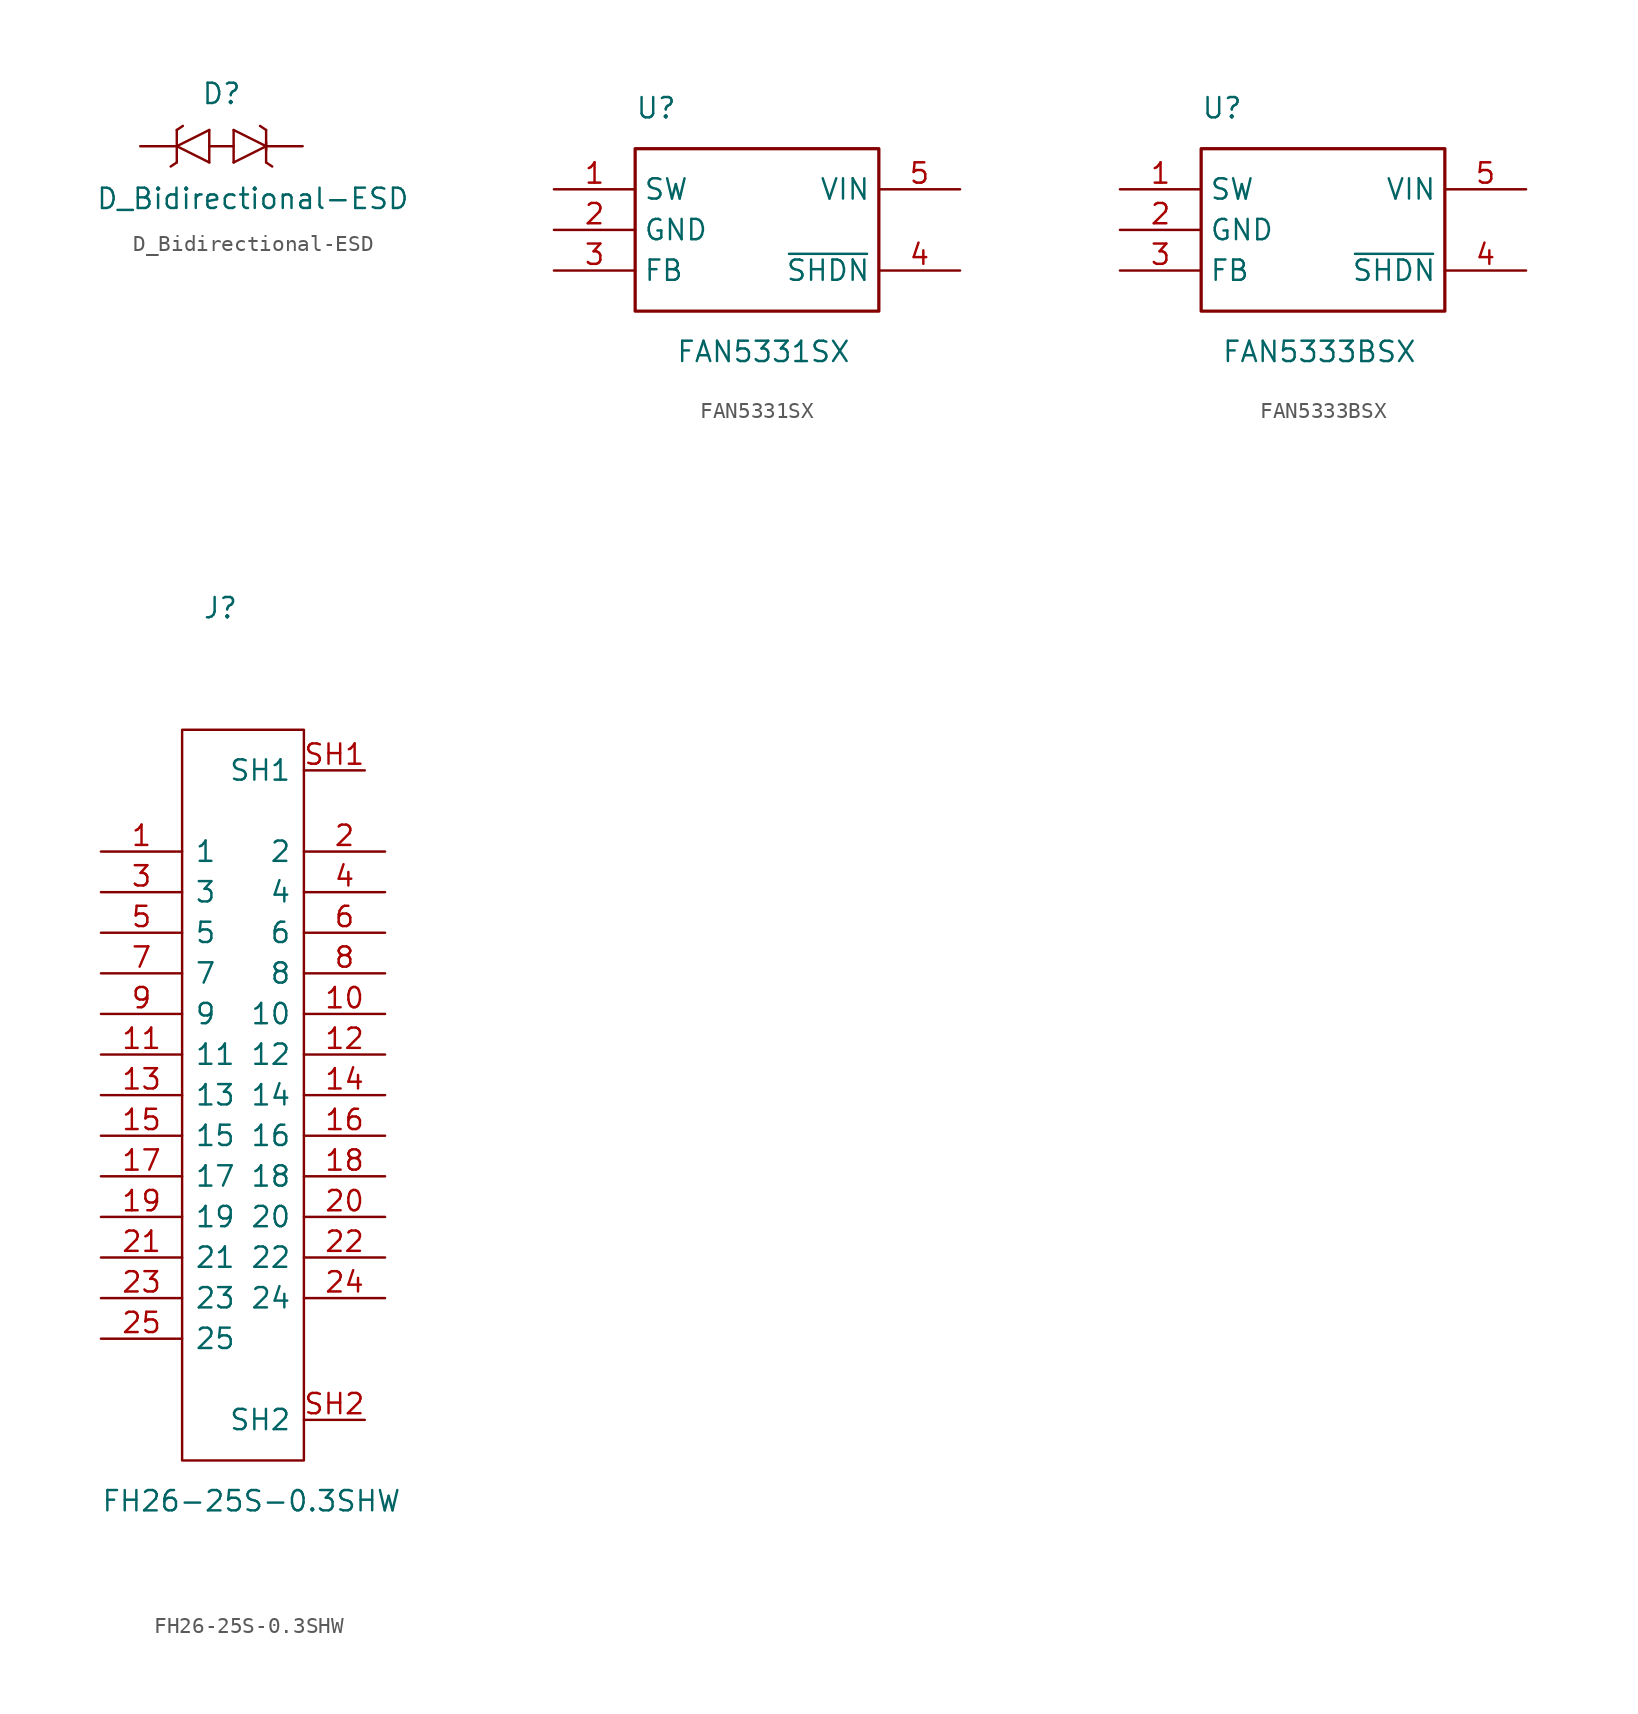
<source format=kicad_sym>
(kicad_symbol_lib
  (version 20241209)
  (generator "kicad_symbol_editor")
  (generator_version "9.0")
  (symbol "D_Bidirectional-ESD"
    (pin_names
      (offset 1.016))
    (property "Reference" "D"
      (at -1.27 2.54 0)
      (effects (font (size 1.27 1.27)) (justify left bottom)))
    (property "Value" "D_Bidirectional-ESD"
      (at -7.874 -2.54 0)
      (effects (font (size 1.27 1.27)) (justify left top)))
    (property "ki_locked" ""
      (at 0 0 0)
      (effects (font (size 1.27 1.27))))
    (symbol "D_Bidirectional-ESD_1_0"
      (polyline (pts (xy -2.794 1.016) (xy -2.413 1.27)) (stroke (width 0) (type solid)) (fill (type none)))
      (polyline (pts (xy -2.794 0) (xy -2.794 1.016)) (stroke (width 0) (type solid)) (fill (type none)))
      (polyline (pts (xy -2.794 0) (xy -0.762 1.016)) (stroke (width 0) (type solid)) (fill (type none)))
      (polyline (pts (xy -2.794 0) (xy -0.762 -1.016)) (stroke (width 0) (type solid)) (fill (type none)))
      (polyline (pts (xy -2.794 -1.016) (xy -3.175 -1.27)) (stroke (width 0) (type solid)) (fill (type none)))
      (polyline (pts (xy -2.794 -1.016) (xy -2.794 0)) (stroke (width 0) (type solid)) (fill (type none)))
      (polyline (pts (xy -0.762 1.016) (xy -0.762 -1.016)) (stroke (width 0) (type solid)) (fill (type none)))
      (polyline (pts (xy 0.762 0) (xy -0.762 0)) (stroke (width 0) (type solid)) (fill (type none)))
      (polyline (pts (xy 0.762 -1.016) (xy 0.762 1.016)) (stroke (width 0) (type solid)) (fill (type none)))
      (polyline (pts (xy 2.794 1.016) (xy 2.413 1.27)) (stroke (width 0) (type solid)) (fill (type none)))
      (polyline (pts (xy 2.794 0) (xy 0.762 1.016)) (stroke (width 0) (type solid)) (fill (type none)))
      (polyline (pts (xy 2.794 0) (xy 0.762 -1.016)) (stroke (width 0) (type solid)) (fill (type none)))
      (polyline (pts (xy 2.794 -0.254) (xy 2.794 1.016)) (stroke (width 0) (type solid)) (fill (type none)))
      (polyline (pts (xy 2.794 -1.016) (xy 2.794 0.254)) (stroke (width 0) (type solid)) (fill (type none)))
      (polyline (pts (xy 2.794 -1.016) (xy 3.175 -1.27)) (stroke (width 0) (type solid)) (fill (type none)))
      (pin passive line (at -5.08 0 0) (length 2.286) (name "1" (effects (font (size 0 0)))) (number "1" (effects (font (size 0 0)))))
      (pin passive line (at 5.08 0 180) (length 2.286) (name "2" (effects (font (size 0 0)))) (number "2" (effects (font (size 0 0)))))))
  (symbol "FAN5331SX"
    (property "Reference" "U"
      (at -7.62 7.62 0)
      (effects (font (size 1.27 1.27)) (justify left)))
    (property "Value" "FAN5331SX"
      (at -5.08 -7.62 0)
      (effects (font (size 1.27 1.27)) (justify left)))
    (symbol "FAN5331SX_0_0"
      (pin bidirectional line (at -12.7 2.54 0) (length 5.08) (name "SW" (effects (font (size 1.27 1.27)))) (number "1" (effects (font (size 1.27 1.27)))))
      (pin bidirectional line (at -12.7 0 0) (length 5.08) (name "GND" (effects (font (size 1.27 1.27)))) (number "2" (effects (font (size 1.27 1.27)))))
      (pin bidirectional line (at -12.7 -2.54 0) (length 5.08) (name "FB" (effects (font (size 1.27 1.27)))) (number "3" (effects (font (size 1.27 1.27)))))
      (pin bidirectional line (at 12.7 2.54 180) (length 5.08) (name "VIN" (effects (font (size 1.27 1.27)))) (number "5" (effects (font (size 1.27 1.27)))))
      (pin bidirectional line (at 12.7 -2.54 180) (length 5.08) (name "~{SHDN}" (effects (font (size 1.27 1.27)))) (number "4" (effects (font (size 1.27 1.27))))))
    (symbol "FAN5331SX_0_1"
      (polyline (pts (xy -7.62 5.08) (xy 7.62 5.08) (xy 7.62 -5.08) (xy -7.62 -5.08) (xy -7.62 5.08)) (stroke (width 0.203) (type solid)) (fill (type none)))))
  (symbol "FAN5333BSX"
    (property "Reference" "U"
      (at -7.62 7.62 0)
      (effects (font (size 1.27 1.27)) (justify left)))
    (property "Value" "FAN5333BSX"
      (at -6.35 -7.62 0)
      (effects (font (size 1.27 1.27)) (justify left)))
    (symbol "FAN5333BSX_0_0"
      (pin bidirectional line (at -12.7 2.54 0) (length 5.08) (name "SW" (effects (font (size 1.27 1.27)))) (number "1" (effects (font (size 1.27 1.27)))))
      (pin bidirectional line (at -12.7 0 0) (length 5.08) (name "GND" (effects (font (size 1.27 1.27)))) (number "2" (effects (font (size 1.27 1.27)))))
      (pin bidirectional line (at -12.7 -2.54 0) (length 5.08) (name "FB" (effects (font (size 1.27 1.27)))) (number "3" (effects (font (size 1.27 1.27)))))
      (pin bidirectional line (at 12.7 2.54 180) (length 5.08) (name "VIN" (effects (font (size 1.27 1.27)))) (number "5" (effects (font (size 1.27 1.27)))))
      (pin bidirectional line (at 12.7 -2.54 180) (length 5.08) (name "~{SHDN}" (effects (font (size 1.27 1.27)))) (number "4" (effects (font (size 1.27 1.27))))))
    (symbol "FAN5333BSX_0_1"
      (polyline (pts (xy -7.62 5.08) (xy 7.62 5.08) (xy 7.62 -5.08) (xy -7.62 -5.08) (xy -7.62 5.08)) (stroke (width 0.203) (type solid)) (fill (type none)))))
  (symbol "FH26-25S-0.3SHW"
    (pin_names
      (offset 0.762))
    (property "Reference" "J"
      (at -2.54 29.21 0)
      (effects (font (size 1.27 1.27)) (justify left)))
    (property "Value" "FH26-25S-0.3SHW"
      (at -8.89 -26.67 0)
      (effects (font (size 1.27 1.27)) (justify left)))
    (symbol "FH26-25S-0.3SHW_0_0"
      (pin bidirectional line (at -8.89 13.97 0) (length 5.08) (name "1" (effects (font (size 1.27 1.27)))) (number "1" (effects (font (size 1.27 1.27)))))
      (pin bidirectional line (at -8.89 11.43 0) (length 5.08) (name "3" (effects (font (size 1.27 1.27)))) (number "3" (effects (font (size 1.27 1.27)))))
      (pin bidirectional line (at -8.89 8.89 0) (length 5.08) (name "5" (effects (font (size 1.27 1.27)))) (number "5" (effects (font (size 1.27 1.27)))))
      (pin bidirectional line (at -8.89 6.35 0) (length 5.08) (name "7" (effects (font (size 1.27 1.27)))) (number "7" (effects (font (size 1.27 1.27)))))
      (pin bidirectional line (at -8.89 3.81 0) (length 5.08) (name "9" (effects (font (size 1.27 1.27)))) (number "9" (effects (font (size 1.27 1.27)))))
      (pin bidirectional line (at -8.89 1.27 0) (length 5.08) (name "11" (effects (font (size 1.27 1.27)))) (number "11" (effects (font (size 1.27 1.27)))))
      (pin bidirectional line (at -8.89 -1.27 0) (length 5.08) (name "13" (effects (font (size 1.27 1.27)))) (number "13" (effects (font (size 1.27 1.27)))))
      (pin bidirectional line (at -8.89 -3.81 0) (length 5.08) (name "15" (effects (font (size 1.27 1.27)))) (number "15" (effects (font (size 1.27 1.27)))))
      (pin bidirectional line (at -8.89 -6.35 0) (length 5.08) (name "17" (effects (font (size 1.27 1.27)))) (number "17" (effects (font (size 1.27 1.27)))))
      (pin bidirectional line (at -8.89 -8.89 0) (length 5.08) (name "19" (effects (font (size 1.27 1.27)))) (number "19" (effects (font (size 1.27 1.27)))))
      (pin bidirectional line (at -8.89 -11.43 0) (length 5.08) (name "21" (effects (font (size 1.27 1.27)))) (number "21" (effects (font (size 1.27 1.27)))))
      (pin bidirectional line (at -8.89 -13.97 0) (length 5.08) (name "23" (effects (font (size 1.27 1.27)))) (number "23" (effects (font (size 1.27 1.27)))))
      (pin bidirectional line (at -8.89 -16.51 0) (length 5.08) (name "25" (effects (font (size 1.27 1.27)))) (number "25" (effects (font (size 1.27 1.27)))))
      (pin bidirectional line (at 8.89 13.97 180) (length 5.08) (name "2" (effects (font (size 1.27 1.27)))) (number "2" (effects (font (size 1.27 1.27)))))
      (pin bidirectional line (at 8.89 11.43 180) (length 5.08) (name "4" (effects (font (size 1.27 1.27)))) (number "4" (effects (font (size 1.27 1.27)))))
      (pin bidirectional line (at 8.89 8.89 180) (length 5.08) (name "6" (effects (font (size 1.27 1.27)))) (number "6" (effects (font (size 1.27 1.27)))))
      (pin bidirectional line (at 8.89 6.35 180) (length 5.08) (name "8" (effects (font (size 1.27 1.27)))) (number "8" (effects (font (size 1.27 1.27)))))
      (pin bidirectional line (at 8.89 3.81 180) (length 5.08) (name "10" (effects (font (size 1.27 1.27)))) (number "10" (effects (font (size 1.27 1.27)))))
      (pin bidirectional line (at 8.89 1.27 180) (length 5.08) (name "12" (effects (font (size 1.27 1.27)))) (number "12" (effects (font (size 1.27 1.27)))))
      (pin bidirectional line (at 8.89 -1.27 180) (length 5.08) (name "14" (effects (font (size 1.27 1.27)))) (number "14" (effects (font (size 1.27 1.27)))))
      (pin bidirectional line (at 8.89 -3.81 180) (length 5.08) (name "16" (effects (font (size 1.27 1.27)))) (number "16" (effects (font (size 1.27 1.27)))))
      (pin bidirectional line (at 8.89 -6.35 180) (length 5.08) (name "18" (effects (font (size 1.27 1.27)))) (number "18" (effects (font (size 1.27 1.27)))))
      (pin bidirectional line (at 8.89 -8.89 180) (length 5.08) (name "20" (effects (font (size 1.27 1.27)))) (number "20" (effects (font (size 1.27 1.27)))))
      (pin bidirectional line (at 8.89 -11.43 180) (length 5.08) (name "22" (effects (font (size 1.27 1.27)))) (number "22" (effects (font (size 1.27 1.27)))))
      (pin bidirectional line (at 8.89 -13.97 180) (length 5.08) (name "24" (effects (font (size 1.27 1.27)))) (number "24" (effects (font (size 1.27 1.27))))))
    (symbol "FH26-25S-0.3SHW_0_1"
      (polyline (pts (xy -3.81 21.59) (xy 3.81 21.59) (xy 3.81 -24.13) (xy -3.81 -24.13) (xy -3.81 21.59)) (stroke (width 0.152) (type solid)) (fill (type none))))
    (symbol "FH26-25S-0.3SHW_1_1"
      (pin unspecified line (at 7.62 19.05 180) (length 3.81) (name "SH1" (effects (font (size 1.27 1.27)))) (number "SH1" (effects (font (size 1.27 1.27)))))
      (pin unspecified line (at 7.62 -21.59 180) (length 3.81) (name "SH2" (effects (font (size 1.27 1.27)))) (number "SH2" (effects (font (size 1.27 1.27))))))))
</source>
